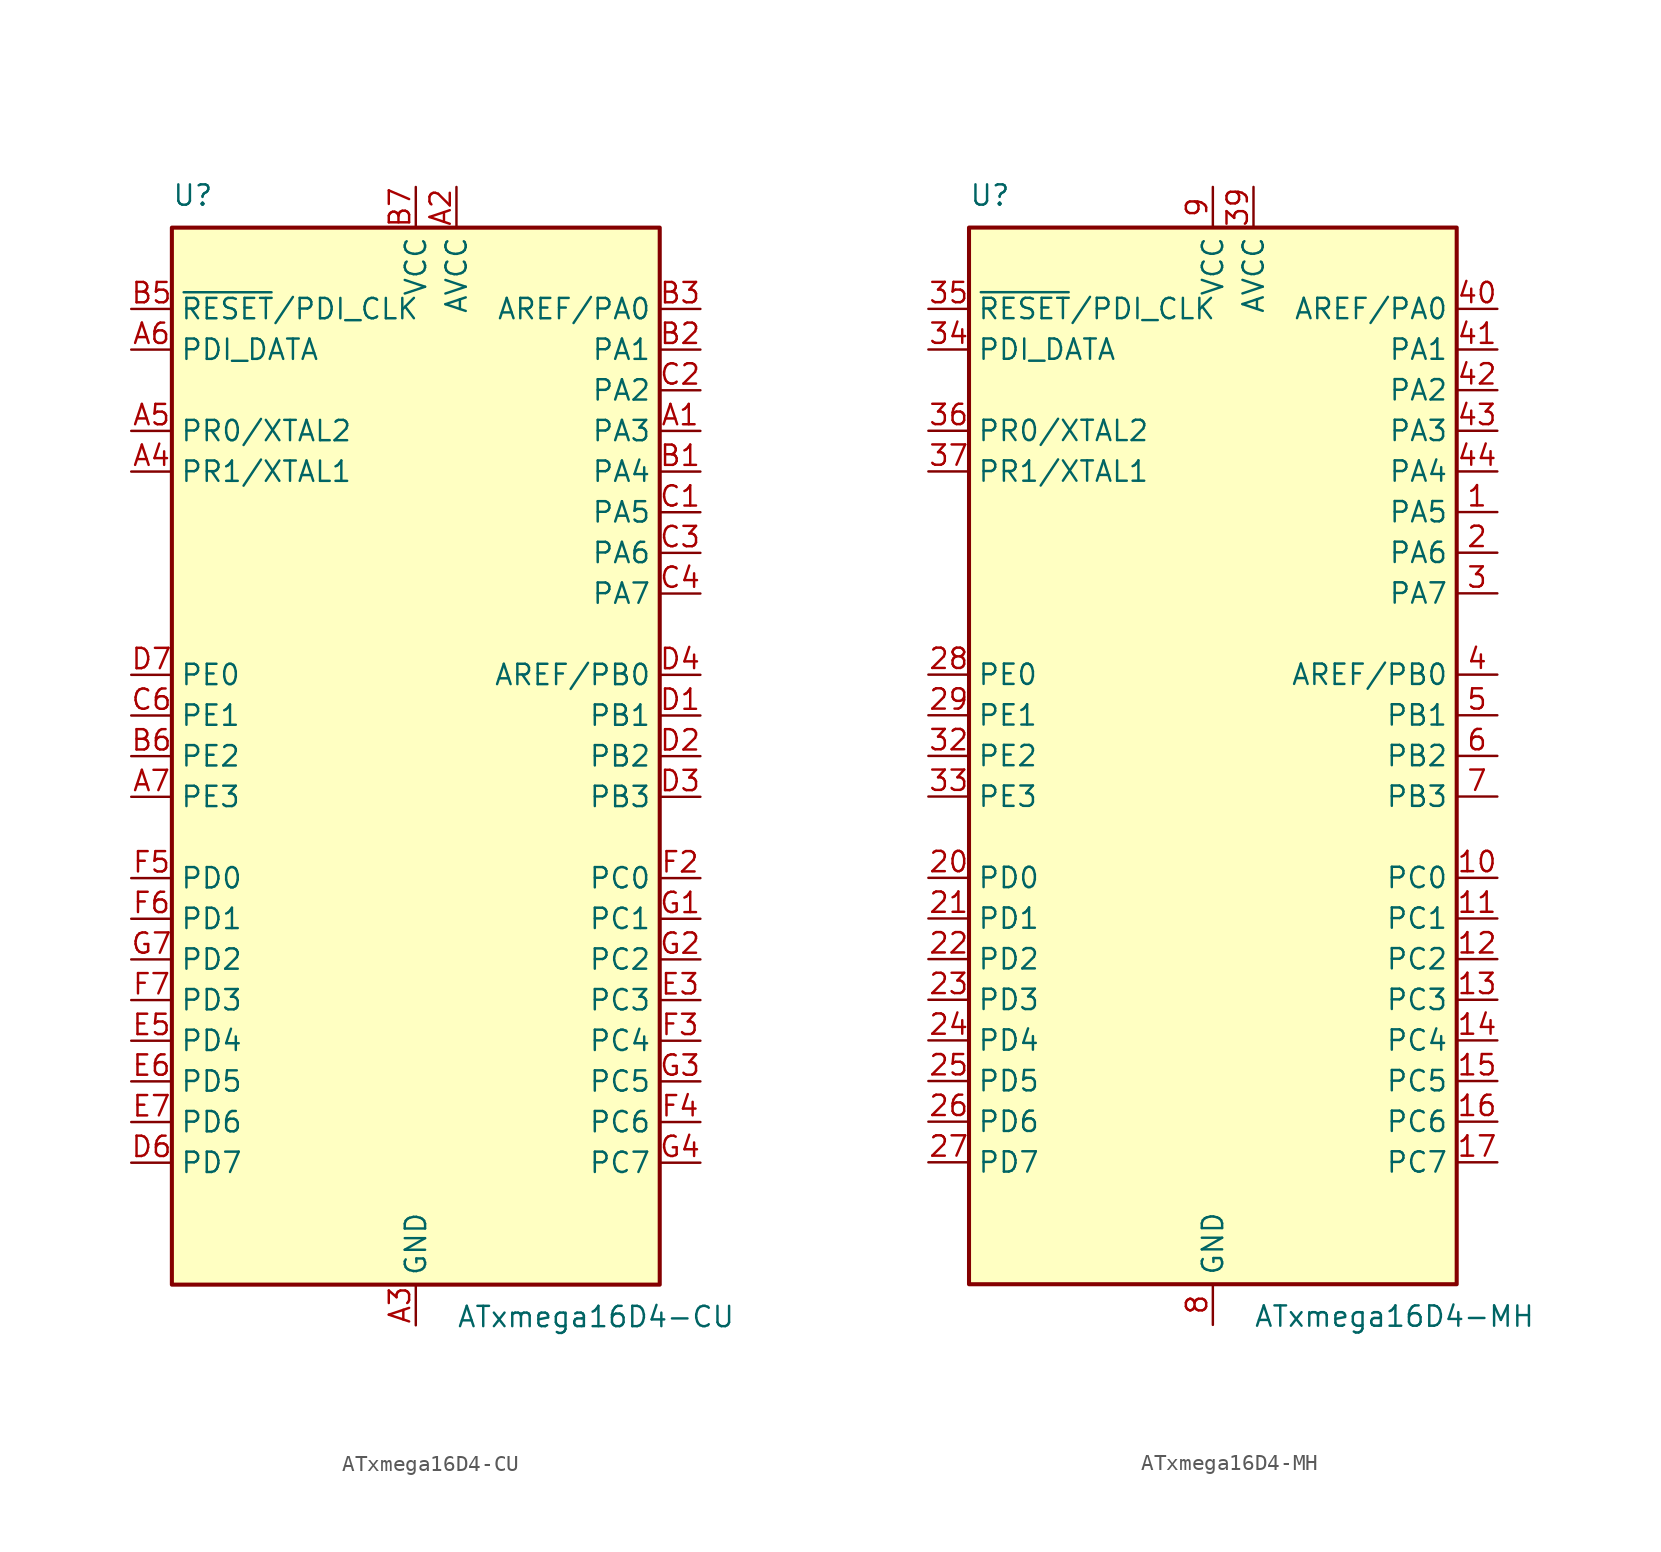
<source format=kicad_sym>
(kicad_symbol_lib
  (version 20211014)
  (generator kicad_symbol_editor)
  (symbol "ATxmega16D4-CU"
    (property "Reference" "U"
      (at -15.24 34.29 0)
      (effects (font (size 1.27 1.27)) (justify left bottom)))
    (property "Value" "ATxmega16D4-CU"
      (at 2.54 -34.29 0)
      (effects (font (size 1.27 1.27)) (justify left top)))
    (symbol "ATxmega16D4-CU_0_1"
      (rectangle (start -15.24 -33.02) (end 15.24 33.02) (stroke (width 0.254) (type default) (color 0 0 0 0)) (fill (type background))))
    (symbol "ATxmega16D4-CU_1_1"
      (pin bidirectional line (at 17.78 20.32 180) (length 2.54) (name "PA3" (effects (font (size 1.27 1.27)))) (number "A1" (effects (font (size 1.27 1.27)))))
      (pin power_in line (at 2.54 35.56 270) (length 2.54) (name "AVCC" (effects (font (size 1.27 1.27)))) (number "A2" (effects (font (size 1.27 1.27)))))
      (pin power_in line (at 0 -35.56 90) (length 2.54) (name "GND" (effects (font (size 1.27 1.27)))) (number "A3" (effects (font (size 1.27 1.27)))))
      (pin bidirectional line (at -17.78 17.78 0) (length 2.54) (name "PR1/XTAL1" (effects (font (size 1.27 1.27)))) (number "A4" (effects (font (size 1.27 1.27)))))
      (pin bidirectional line (at -17.78 20.32 0) (length 2.54) (name "PR0/XTAL2" (effects (font (size 1.27 1.27)))) (number "A5" (effects (font (size 1.27 1.27)))))
      (pin bidirectional line (at -17.78 25.4 0) (length 2.54) (name "PDI_DATA" (effects (font (size 1.27 1.27)))) (number "A6" (effects (font (size 1.27 1.27)))))
      (pin bidirectional line (at -17.78 -2.54 0) (length 2.54) (name "PE3" (effects (font (size 1.27 1.27)))) (number "A7" (effects (font (size 1.27 1.27)))))
      (pin bidirectional line (at 17.78 17.78 180) (length 2.54) (name "PA4" (effects (font (size 1.27 1.27)))) (number "B1" (effects (font (size 1.27 1.27)))))
      (pin bidirectional line (at 17.78 25.4 180) (length 2.54) (name "PA1" (effects (font (size 1.27 1.27)))) (number "B2" (effects (font (size 1.27 1.27)))))
      (pin bidirectional line (at 17.78 27.94 180) (length 2.54) (name "AREF/PA0" (effects (font (size 1.27 1.27)))) (number "B3" (effects (font (size 1.27 1.27)))))
      (pin passive line (at 0 -35.56 90) (length 2.54) hide (name "GND" (effects (font (size 1.27 1.27)))) (number "B4" (effects (font (size 1.27 1.27)))))
      (pin input line (at -17.78 27.94 0) (length 2.54) (name "~{RESET}/PDI_CLK" (effects (font (size 1.27 1.27)))) (number "B5" (effects (font (size 1.27 1.27)))))
      (pin bidirectional line (at -17.78 0 0) (length 2.54) (name "PE2" (effects (font (size 1.27 1.27)))) (number "B6" (effects (font (size 1.27 1.27)))))
      (pin power_in line (at 0 35.56 270) (length 2.54) (name "VCC" (effects (font (size 1.27 1.27)))) (number "B7" (effects (font (size 1.27 1.27)))))
      (pin bidirectional line (at 17.78 15.24 180) (length 2.54) (name "PA5" (effects (font (size 1.27 1.27)))) (number "C1" (effects (font (size 1.27 1.27)))))
      (pin bidirectional line (at 17.78 22.86 180) (length 2.54) (name "PA2" (effects (font (size 1.27 1.27)))) (number "C2" (effects (font (size 1.27 1.27)))))
      (pin bidirectional line (at 17.78 12.7 180) (length 2.54) (name "PA6" (effects (font (size 1.27 1.27)))) (number "C3" (effects (font (size 1.27 1.27)))))
      (pin bidirectional line (at 17.78 10.16 180) (length 2.54) (name "PA7" (effects (font (size 1.27 1.27)))) (number "C4" (effects (font (size 1.27 1.27)))))
      (pin passive line (at 0 -35.56 90) (length 2.54) hide (name "GND" (effects (font (size 1.27 1.27)))) (number "C5" (effects (font (size 1.27 1.27)))))
      (pin bidirectional line (at -17.78 2.54 0) (length 2.54) (name "PE1" (effects (font (size 1.27 1.27)))) (number "C6" (effects (font (size 1.27 1.27)))))
      (pin passive line (at 0 -35.56 90) (length 2.54) hide (name "GND" (effects (font (size 1.27 1.27)))) (number "C7" (effects (font (size 1.27 1.27)))))
      (pin bidirectional line (at 17.78 2.54 180) (length 2.54) (name "PB1" (effects (font (size 1.27 1.27)))) (number "D1" (effects (font (size 1.27 1.27)))))
      (pin bidirectional line (at 17.78 0 180) (length 2.54) (name "PB2" (effects (font (size 1.27 1.27)))) (number "D2" (effects (font (size 1.27 1.27)))))
      (pin bidirectional line (at 17.78 -2.54 180) (length 2.54) (name "PB3" (effects (font (size 1.27 1.27)))) (number "D3" (effects (font (size 1.27 1.27)))))
      (pin bidirectional line (at 17.78 5.08 180) (length 2.54) (name "AREF/PB0" (effects (font (size 1.27 1.27)))) (number "D4" (effects (font (size 1.27 1.27)))))
      (pin passive line (at 0 -35.56 90) (length 2.54) hide (name "GND" (effects (font (size 1.27 1.27)))) (number "D5" (effects (font (size 1.27 1.27)))))
      (pin bidirectional line (at -17.78 -25.4 0) (length 2.54) (name "PD7" (effects (font (size 1.27 1.27)))) (number "D6" (effects (font (size 1.27 1.27)))))
      (pin bidirectional line (at -17.78 5.08 0) (length 2.54) (name "PE0" (effects (font (size 1.27 1.27)))) (number "D7" (effects (font (size 1.27 1.27)))))
      (pin passive line (at 0 -35.56 90) (length 2.54) hide (name "GND" (effects (font (size 1.27 1.27)))) (number "E1" (effects (font (size 1.27 1.27)))))
      (pin passive line (at 0 -35.56 90) (length 2.54) hide (name "GND" (effects (font (size 1.27 1.27)))) (number "E2" (effects (font (size 1.27 1.27)))))
      (pin bidirectional line (at 17.78 -15.24 180) (length 2.54) (name "PC3" (effects (font (size 1.27 1.27)))) (number "E3" (effects (font (size 1.27 1.27)))))
      (pin passive line (at 0 -35.56 90) (length 2.54) hide (name "GND" (effects (font (size 1.27 1.27)))) (number "E4" (effects (font (size 1.27 1.27)))))
      (pin bidirectional line (at -17.78 -17.78 0) (length 2.54) (name "PD4" (effects (font (size 1.27 1.27)))) (number "E5" (effects (font (size 1.27 1.27)))))
      (pin bidirectional line (at -17.78 -20.32 0) (length 2.54) (name "PD5" (effects (font (size 1.27 1.27)))) (number "E6" (effects (font (size 1.27 1.27)))))
      (pin bidirectional line (at -17.78 -22.86 0) (length 2.54) (name "PD6" (effects (font (size 1.27 1.27)))) (number "E7" (effects (font (size 1.27 1.27)))))
      (pin passive line (at 0 35.56 270) (length 2.54) hide (name "VCC" (effects (font (size 1.27 1.27)))) (number "F1" (effects (font (size 1.27 1.27)))))
      (pin bidirectional line (at 17.78 -7.62 180) (length 2.54) (name "PC0" (effects (font (size 1.27 1.27)))) (number "F2" (effects (font (size 1.27 1.27)))))
      (pin bidirectional line (at 17.78 -17.78 180) (length 2.54) (name "PC4" (effects (font (size 1.27 1.27)))) (number "F3" (effects (font (size 1.27 1.27)))))
      (pin bidirectional line (at 17.78 -22.86 180) (length 2.54) (name "PC6" (effects (font (size 1.27 1.27)))) (number "F4" (effects (font (size 1.27 1.27)))))
      (pin bidirectional line (at -17.78 -7.62 0) (length 2.54) (name "PD0" (effects (font (size 1.27 1.27)))) (number "F5" (effects (font (size 1.27 1.27)))))
      (pin bidirectional line (at -17.78 -10.16 0) (length 2.54) (name "PD1" (effects (font (size 1.27 1.27)))) (number "F6" (effects (font (size 1.27 1.27)))))
      (pin bidirectional line (at -17.78 -15.24 0) (length 2.54) (name "PD3" (effects (font (size 1.27 1.27)))) (number "F7" (effects (font (size 1.27 1.27)))))
      (pin bidirectional line (at 17.78 -10.16 180) (length 2.54) (name "PC1" (effects (font (size 1.27 1.27)))) (number "G1" (effects (font (size 1.27 1.27)))))
      (pin bidirectional line (at 17.78 -12.7 180) (length 2.54) (name "PC2" (effects (font (size 1.27 1.27)))) (number "G2" (effects (font (size 1.27 1.27)))))
      (pin bidirectional line (at 17.78 -20.32 180) (length 2.54) (name "PC5" (effects (font (size 1.27 1.27)))) (number "G3" (effects (font (size 1.27 1.27)))))
      (pin bidirectional line (at 17.78 -25.4 180) (length 2.54) (name "PC7" (effects (font (size 1.27 1.27)))) (number "G4" (effects (font (size 1.27 1.27)))))
      (pin passive line (at 0 -35.56 90) (length 2.54) hide (name "GND" (effects (font (size 1.27 1.27)))) (number "G5" (effects (font (size 1.27 1.27)))))
      (pin passive line (at 0 35.56 270) (length 2.54) hide (name "VCC" (effects (font (size 1.27 1.27)))) (number "G6" (effects (font (size 1.27 1.27)))))
      (pin bidirectional line (at -17.78 -12.7 0) (length 2.54) (name "PD2" (effects (font (size 1.27 1.27)))) (number "G7" (effects (font (size 1.27 1.27)))))))
  (symbol "ATxmega16D4-MH"
    (property "Reference" "U"
      (at -15.24 34.29 0)
      (effects (font (size 1.27 1.27)) (justify left bottom)))
    (property "Value" "ATxmega16D4-MH"
      (at 2.54 -34.29 0)
      (effects (font (size 1.27 1.27)) (justify left top)))
    (symbol "ATxmega16D4-MH_0_1"
      (rectangle (start -15.24 -33.02) (end 15.24 33.02) (stroke (width 0.254) (type default) (color 0 0 0 0)) (fill (type background))))
    (symbol "ATxmega16D4-MH_1_1"
      (pin bidirectional line (at 17.78 15.24 180) (length 2.54) (name "PA5" (effects (font (size 1.27 1.27)))) (number "1" (effects (font (size 1.27 1.27)))))
      (pin bidirectional line (at 17.78 -7.62 180) (length 2.54) (name "PC0" (effects (font (size 1.27 1.27)))) (number "10" (effects (font (size 1.27 1.27)))))
      (pin bidirectional line (at 17.78 -10.16 180) (length 2.54) (name "PC1" (effects (font (size 1.27 1.27)))) (number "11" (effects (font (size 1.27 1.27)))))
      (pin bidirectional line (at 17.78 -12.7 180) (length 2.54) (name "PC2" (effects (font (size 1.27 1.27)))) (number "12" (effects (font (size 1.27 1.27)))))
      (pin bidirectional line (at 17.78 -15.24 180) (length 2.54) (name "PC3" (effects (font (size 1.27 1.27)))) (number "13" (effects (font (size 1.27 1.27)))))
      (pin bidirectional line (at 17.78 -17.78 180) (length 2.54) (name "PC4" (effects (font (size 1.27 1.27)))) (number "14" (effects (font (size 1.27 1.27)))))
      (pin bidirectional line (at 17.78 -20.32 180) (length 2.54) (name "PC5" (effects (font (size 1.27 1.27)))) (number "15" (effects (font (size 1.27 1.27)))))
      (pin bidirectional line (at 17.78 -22.86 180) (length 2.54) (name "PC6" (effects (font (size 1.27 1.27)))) (number "16" (effects (font (size 1.27 1.27)))))
      (pin bidirectional line (at 17.78 -25.4 180) (length 2.54) (name "PC7" (effects (font (size 1.27 1.27)))) (number "17" (effects (font (size 1.27 1.27)))))
      (pin passive line (at 0 -35.56 90) (length 2.54) hide (name "GND" (effects (font (size 1.27 1.27)))) (number "18" (effects (font (size 1.27 1.27)))))
      (pin passive line (at 0 35.56 270) (length 2.54) hide (name "VCC" (effects (font (size 1.27 1.27)))) (number "19" (effects (font (size 1.27 1.27)))))
      (pin bidirectional line (at 17.78 12.7 180) (length 2.54) (name "PA6" (effects (font (size 1.27 1.27)))) (number "2" (effects (font (size 1.27 1.27)))))
      (pin bidirectional line (at -17.78 -7.62 0) (length 2.54) (name "PD0" (effects (font (size 1.27 1.27)))) (number "20" (effects (font (size 1.27 1.27)))))
      (pin bidirectional line (at -17.78 -10.16 0) (length 2.54) (name "PD1" (effects (font (size 1.27 1.27)))) (number "21" (effects (font (size 1.27 1.27)))))
      (pin bidirectional line (at -17.78 -12.7 0) (length 2.54) (name "PD2" (effects (font (size 1.27 1.27)))) (number "22" (effects (font (size 1.27 1.27)))))
      (pin bidirectional line (at -17.78 -15.24 0) (length 2.54) (name "PD3" (effects (font (size 1.27 1.27)))) (number "23" (effects (font (size 1.27 1.27)))))
      (pin bidirectional line (at -17.78 -17.78 0) (length 2.54) (name "PD4" (effects (font (size 1.27 1.27)))) (number "24" (effects (font (size 1.27 1.27)))))
      (pin bidirectional line (at -17.78 -20.32 0) (length 2.54) (name "PD5" (effects (font (size 1.27 1.27)))) (number "25" (effects (font (size 1.27 1.27)))))
      (pin bidirectional line (at -17.78 -22.86 0) (length 2.54) (name "PD6" (effects (font (size 1.27 1.27)))) (number "26" (effects (font (size 1.27 1.27)))))
      (pin bidirectional line (at -17.78 -25.4 0) (length 2.54) (name "PD7" (effects (font (size 1.27 1.27)))) (number "27" (effects (font (size 1.27 1.27)))))
      (pin bidirectional line (at -17.78 5.08 0) (length 2.54) (name "PE0" (effects (font (size 1.27 1.27)))) (number "28" (effects (font (size 1.27 1.27)))))
      (pin bidirectional line (at -17.78 2.54 0) (length 2.54) (name "PE1" (effects (font (size 1.27 1.27)))) (number "29" (effects (font (size 1.27 1.27)))))
      (pin bidirectional line (at 17.78 10.16 180) (length 2.54) (name "PA7" (effects (font (size 1.27 1.27)))) (number "3" (effects (font (size 1.27 1.27)))))
      (pin passive line (at 0 -35.56 90) (length 2.54) hide (name "GND" (effects (font (size 1.27 1.27)))) (number "30" (effects (font (size 1.27 1.27)))))
      (pin passive line (at 0 35.56 270) (length 2.54) hide (name "VCC" (effects (font (size 1.27 1.27)))) (number "31" (effects (font (size 1.27 1.27)))))
      (pin bidirectional line (at -17.78 0 0) (length 2.54) (name "PE2" (effects (font (size 1.27 1.27)))) (number "32" (effects (font (size 1.27 1.27)))))
      (pin bidirectional line (at -17.78 -2.54 0) (length 2.54) (name "PE3" (effects (font (size 1.27 1.27)))) (number "33" (effects (font (size 1.27 1.27)))))
      (pin bidirectional line (at -17.78 25.4 0) (length 2.54) (name "PDI_DATA" (effects (font (size 1.27 1.27)))) (number "34" (effects (font (size 1.27 1.27)))))
      (pin input line (at -17.78 27.94 0) (length 2.54) (name "~{RESET}/PDI_CLK" (effects (font (size 1.27 1.27)))) (number "35" (effects (font (size 1.27 1.27)))))
      (pin bidirectional line (at -17.78 20.32 0) (length 2.54) (name "PR0/XTAL2" (effects (font (size 1.27 1.27)))) (number "36" (effects (font (size 1.27 1.27)))))
      (pin bidirectional line (at -17.78 17.78 0) (length 2.54) (name "PR1/XTAL1" (effects (font (size 1.27 1.27)))) (number "37" (effects (font (size 1.27 1.27)))))
      (pin passive line (at 0 -35.56 90) (length 2.54) hide (name "GND" (effects (font (size 1.27 1.27)))) (number "38" (effects (font (size 1.27 1.27)))))
      (pin power_in line (at 2.54 35.56 270) (length 2.54) (name "AVCC" (effects (font (size 1.27 1.27)))) (number "39" (effects (font (size 1.27 1.27)))))
      (pin bidirectional line (at 17.78 5.08 180) (length 2.54) (name "AREF/PB0" (effects (font (size 1.27 1.27)))) (number "4" (effects (font (size 1.27 1.27)))))
      (pin bidirectional line (at 17.78 27.94 180) (length 2.54) (name "AREF/PA0" (effects (font (size 1.27 1.27)))) (number "40" (effects (font (size 1.27 1.27)))))
      (pin bidirectional line (at 17.78 25.4 180) (length 2.54) (name "PA1" (effects (font (size 1.27 1.27)))) (number "41" (effects (font (size 1.27 1.27)))))
      (pin bidirectional line (at 17.78 22.86 180) (length 2.54) (name "PA2" (effects (font (size 1.27 1.27)))) (number "42" (effects (font (size 1.27 1.27)))))
      (pin bidirectional line (at 17.78 20.32 180) (length 2.54) (name "PA3" (effects (font (size 1.27 1.27)))) (number "43" (effects (font (size 1.27 1.27)))))
      (pin bidirectional line (at 17.78 17.78 180) (length 2.54) (name "PA4" (effects (font (size 1.27 1.27)))) (number "44" (effects (font (size 1.27 1.27)))))
      (pin passive line (at 0 -35.56 90) (length 2.54) hide (name "GND" (effects (font (size 1.27 1.27)))) (number "45" (effects (font (size 1.27 1.27)))))
      (pin bidirectional line (at 17.78 2.54 180) (length 2.54) (name "PB1" (effects (font (size 1.27 1.27)))) (number "5" (effects (font (size 1.27 1.27)))))
      (pin bidirectional line (at 17.78 0 180) (length 2.54) (name "PB2" (effects (font (size 1.27 1.27)))) (number "6" (effects (font (size 1.27 1.27)))))
      (pin bidirectional line (at 17.78 -2.54 180) (length 2.54) (name "PB3" (effects (font (size 1.27 1.27)))) (number "7" (effects (font (size 1.27 1.27)))))
      (pin power_in line (at 0 -35.56 90) (length 2.54) (name "GND" (effects (font (size 1.27 1.27)))) (number "8" (effects (font (size 1.27 1.27)))))
      (pin power_in line (at 0 35.56 270) (length 2.54) (name "VCC" (effects (font (size 1.27 1.27)))) (number "9" (effects (font (size 1.27 1.27))))))))
</source>
